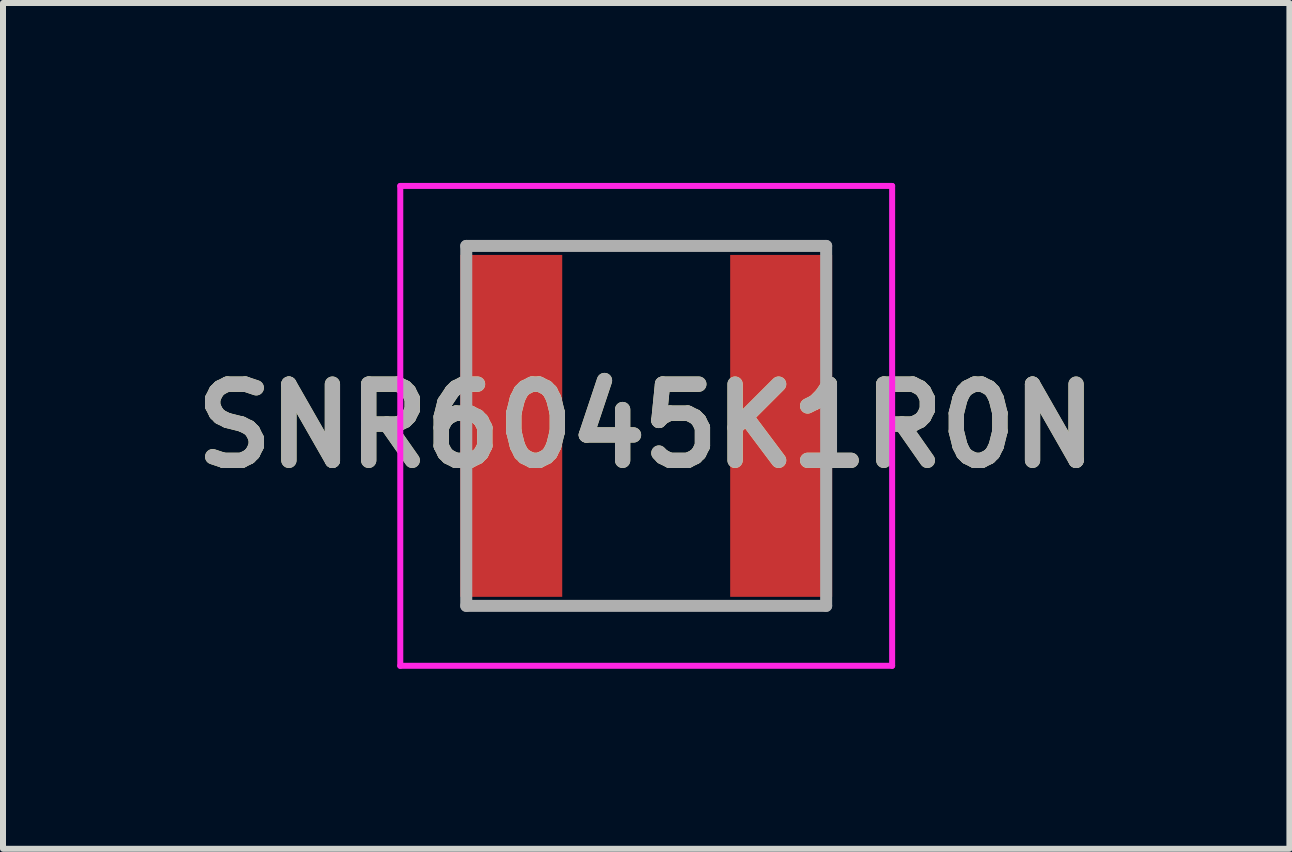
<source format=kicad_pcb>
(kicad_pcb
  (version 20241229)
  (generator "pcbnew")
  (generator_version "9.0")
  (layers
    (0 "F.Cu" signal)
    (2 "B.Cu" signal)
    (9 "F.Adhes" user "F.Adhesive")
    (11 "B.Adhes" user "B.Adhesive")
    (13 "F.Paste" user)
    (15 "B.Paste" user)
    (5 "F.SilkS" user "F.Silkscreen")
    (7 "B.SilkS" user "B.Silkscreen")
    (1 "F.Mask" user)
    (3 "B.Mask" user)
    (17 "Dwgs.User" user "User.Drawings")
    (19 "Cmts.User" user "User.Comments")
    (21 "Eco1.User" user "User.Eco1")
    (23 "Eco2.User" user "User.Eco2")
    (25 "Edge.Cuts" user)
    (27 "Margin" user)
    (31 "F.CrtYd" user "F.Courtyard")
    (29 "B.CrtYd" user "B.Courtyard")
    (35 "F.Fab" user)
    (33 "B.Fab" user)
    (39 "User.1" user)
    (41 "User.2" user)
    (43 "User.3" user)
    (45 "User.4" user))
  (footprint "SNR6045K1R0N"
    (layer "F.Cu")
    (at 7.723 4.05)
    (property "Reference" "SNR6045K1R0N" (at 0 0 0) (layer "F.SilkS") (effects (font (size 1.27 1.27) (thickness 0.254))))
    (attr smd)
    (fp_line (start -1 -3) (end 1 -3) (stroke (width 0.1) (type solid)) (layer "F.SilkS"))
    (fp_line (start -1 3) (end 1 3) (stroke (width 0.1) (type solid)) (layer "F.SilkS"))
    (fp_line (start -4.1 -4) (end 4.1 -4) (stroke (width 0.1) (type solid)) (layer "F.CrtYd"))
    (fp_line (start -4.1 4) (end -4.1 -4) (stroke (width 0.1) (type solid)) (layer "F.CrtYd"))
    (fp_line (start 4.1 -4) (end 4.1 4) (stroke (width 0.1) (type solid)) (layer "F.CrtYd"))
    (fp_line (start 4.1 4) (end -4.1 4) (stroke (width 0.1) (type solid)) (layer "F.CrtYd"))
    (fp_line (start -3 -3) (end 3 -3) (stroke (width 0.2) (type solid)) (layer "F.Fab"))
    (fp_line (start -3 3) (end -3 -3) (stroke (width 0.2) (type solid)) (layer "F.Fab"))
    (fp_line (start 3 -3) (end 3 3) (stroke (width 0.2) (type solid)) (layer "F.Fab"))
    (fp_line (start 3 3) (end -3 3) (stroke (width 0.2) (type solid)) (layer "F.Fab"))
    (fp_text user "${REFERENCE}" (at 0 0 0) (layer "F.Fab") (effects (font (size 1.27 1.27) (thickness 0.254))))
    (pad "1" smd rect (at -2.25 0) (size 1.7 5.7) (layers "F.Cu" "F.Mask" "F.Paste"))
    (pad "2" smd rect (at 2.25 0) (size 1.7 5.7) (layers "F.Cu" "F.Mask" "F.Paste")))
  (gr_rect
    (start -3 -3)
    (end 18.446 11.1)
    (stroke (width 0.1) (type default))
    (fill no)
    (layer "Edge.Cuts")))
</source>
